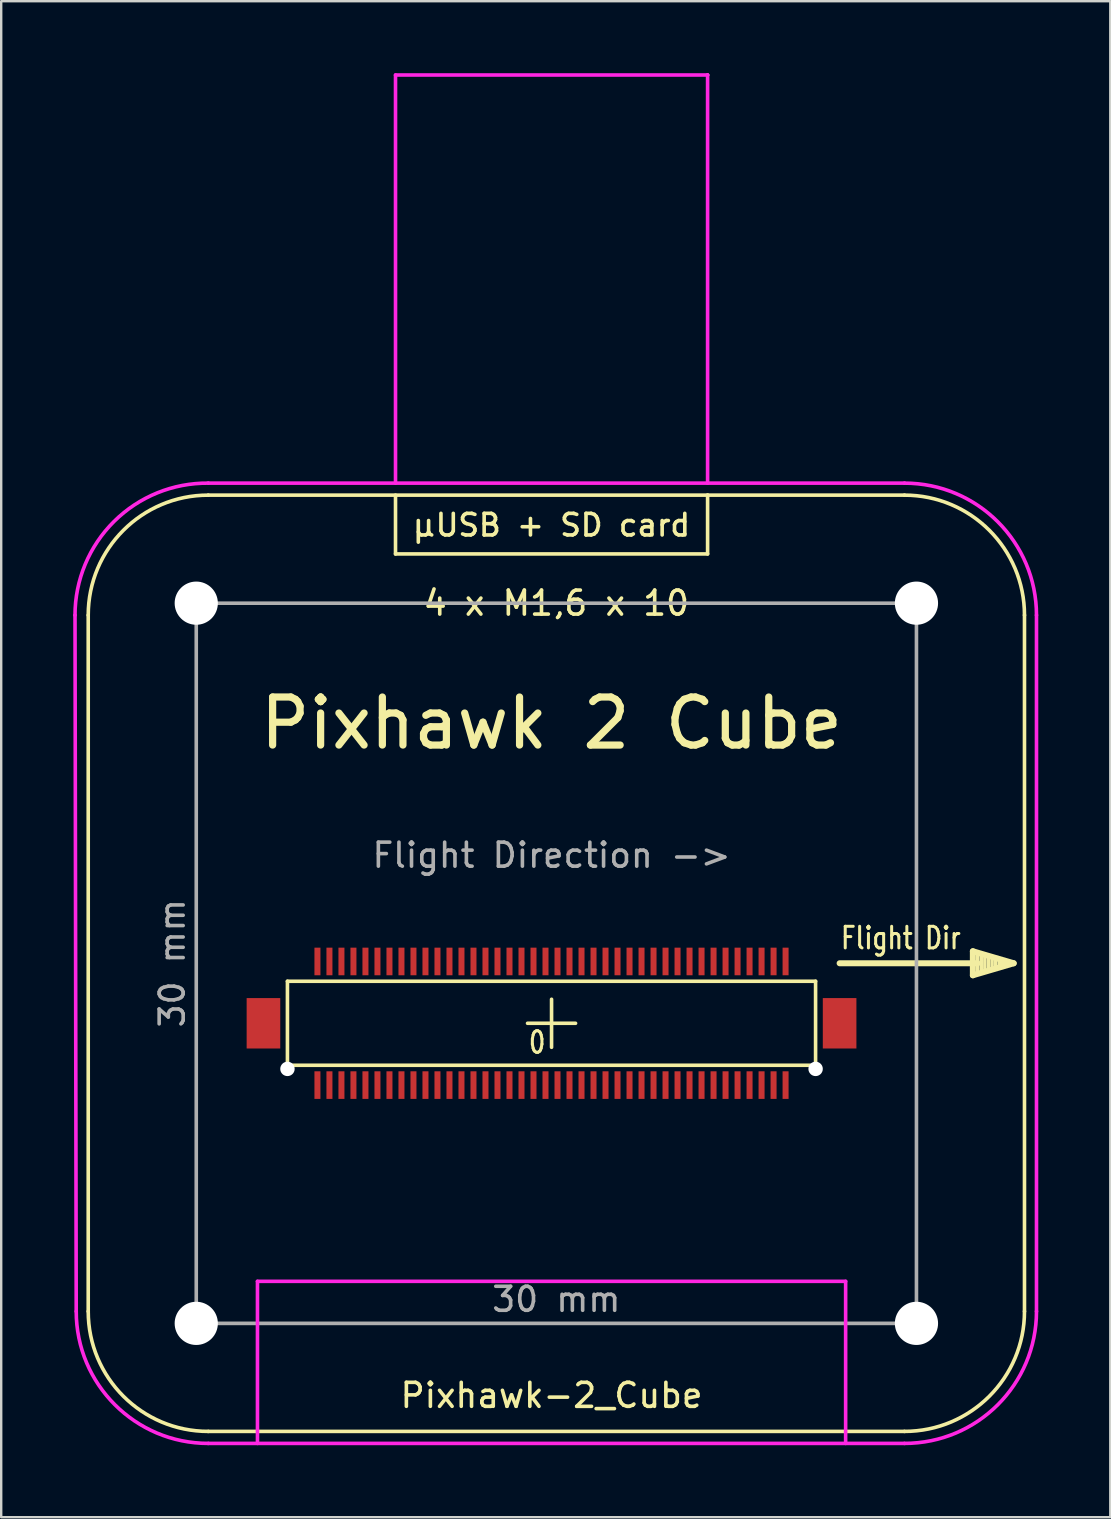
<source format=kicad_pcb>
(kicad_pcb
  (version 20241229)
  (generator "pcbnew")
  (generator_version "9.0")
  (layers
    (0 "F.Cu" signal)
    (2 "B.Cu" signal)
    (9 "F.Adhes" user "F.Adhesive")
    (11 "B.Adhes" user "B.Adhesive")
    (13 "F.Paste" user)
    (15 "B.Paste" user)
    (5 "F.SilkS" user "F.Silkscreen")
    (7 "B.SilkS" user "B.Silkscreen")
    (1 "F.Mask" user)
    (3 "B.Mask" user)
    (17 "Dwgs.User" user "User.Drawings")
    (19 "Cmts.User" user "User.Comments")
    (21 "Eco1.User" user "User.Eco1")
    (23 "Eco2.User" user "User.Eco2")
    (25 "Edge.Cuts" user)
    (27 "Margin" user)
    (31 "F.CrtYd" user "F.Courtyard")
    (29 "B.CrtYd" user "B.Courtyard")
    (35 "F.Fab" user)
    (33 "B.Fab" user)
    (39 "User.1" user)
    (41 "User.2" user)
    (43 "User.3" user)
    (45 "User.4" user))
  (footprint "Pixhawk-2_Cube"
    (layer "F.Cu")
    (at 19.925 39.575)
    (property "Reference" "Pixhawk-2_Cube" (at 0 15.5 0) (layer "F.SilkS") (effects (font (size 1 1) (thickness 0.15))))
    (attr smd)
    (fp_line (start -19.3 12) (end -19.3 -17) (stroke (width 0.15) (type solid)) (layer "F.SilkS"))
    (fp_line (start -14.3 17) (end 14.7 17) (stroke (width 0.15) (type solid)) (layer "F.SilkS"))
    (fp_line (start -11.002 -1.75) (end -11.002 1.75) (stroke (width 0.15) (type solid)) (layer "F.SilkS"))
    (fp_line (start -11.002 1.75) (end 10.998 1.75) (stroke (width 0.15) (type solid)) (layer "F.SilkS"))
    (fp_line (start -6.5 -22) (end -6.5 -19.55) (stroke (width 0.15) (type solid)) (layer "F.SilkS"))
    (fp_line (start -6.5 -19.55) (end 6.5 -19.55) (stroke (width 0.15) (type solid)) (layer "F.SilkS"))
    (fp_line (start -1 0) (end 1 0) (stroke (width 0.15) (type solid)) (layer "F.SilkS"))
    (fp_line (start 0 -1) (end 0 1) (stroke (width 0.15) (type solid)) (layer "F.SilkS"))
    (fp_line (start 6.5 -39.5) (end 6.5 -39.5) (stroke (width 0.15) (type solid)) (layer "F.SilkS"))
    (fp_line (start 6.5 -22) (end 6.5 -22) (stroke (width 0.15) (type solid)) (layer "F.SilkS"))
    (fp_line (start 6.5 -19.55) (end 6.5 -22) (stroke (width 0.15) (type solid)) (layer "F.SilkS"))
    (fp_line (start 10.998 -1.75) (end -11.002 -1.75) (stroke (width 0.15) (type solid)) (layer "F.SilkS"))
    (fp_line (start 10.998 1.75) (end 10.998 -1.75) (stroke (width 0.15) (type solid)) (layer "F.SilkS"))
    (fp_line (start 14.7 -22) (end -14.3 -22) (stroke (width 0.15) (type solid)) (layer "F.SilkS"))
    (fp_line (start 17.55 -3) (end 17.55 -2) (stroke (width 0.25) (type solid)) (layer "F.SilkS"))
    (fp_line (start 17.55 -2) (end 19.25 -2.5) (stroke (width 0.25) (type solid)) (layer "F.SilkS"))
    (fp_line (start 17.75 -2.85) (end 17.75 -2.15) (stroke (width 0.15) (type solid)) (layer "F.SilkS"))
    (fp_line (start 17.75 -2.5) (end 12 -2.5) (stroke (width 0.25) (type solid)) (layer "F.SilkS"))
    (fp_line (start 17.9 -2.8) (end 17.9 -2.2) (stroke (width 0.15) (type solid)) (layer "F.SilkS"))
    (fp_line (start 18.05 -2.75) (end 18.05 -2.25) (stroke (width 0.15) (type solid)) (layer "F.SilkS"))
    (fp_line (start 18.2 -2.7) (end 18.2 -2.3) (stroke (width 0.15) (type solid)) (layer "F.SilkS"))
    (fp_line (start 18.35 -2.65) (end 18.35 -2.35) (stroke (width 0.15) (type solid)) (layer "F.SilkS"))
    (fp_line (start 18.5 -2.6) (end 18.5 -2.4) (stroke (width 0.15) (type solid)) (layer "F.SilkS"))
    (fp_line (start 18.65 -2.6) (end 18.65 -2.4) (stroke (width 0.15) (type solid)) (layer "F.SilkS"))
    (fp_line (start 18.85 -2.5) (end 18.7 -2.5) (stroke (width 0.15) (type solid)) (layer "F.SilkS"))
    (fp_line (start 19.25 -2.5) (end 17.55 -3) (stroke (width 0.25) (type solid)) (layer "F.SilkS"))
    (fp_line (start 19.7 -17) (end 19.7 12) (stroke (width 0.15) (type solid)) (layer "F.SilkS"))
    (fp_arc (start -19.3 -17) (mid -17.835534 -20.535534) (end -14.3 -22) (stroke (width 0.15) (type solid)) (layer "F.SilkS"))
    (fp_arc (start -14.3 17) (mid -17.835534 15.535534) (end -19.3 12) (stroke (width 0.15) (type solid)) (layer "F.SilkS"))
    (fp_arc (start 14.7 -22) (mid 18.235534 -20.535534) (end 19.7 -17) (stroke (width 0.15) (type solid)) (layer "F.SilkS"))
    (fp_arc (start 19.7 12) (mid 18.235534 15.535534) (end 14.7 17) (stroke (width 0.15) (type solid)) (layer "F.SilkS"))
    (fp_line (start 0 10) (end -14.8 10) (stroke (width 0.15) (type solid)) (layer "Eco1.User"))
    (fp_line (start 10.25 0) (end 10.25 12.5) (stroke (width 0.15) (type solid)) (layer "Eco1.User"))
    (fp_line (start -19.8 12) (end -19.85 -17) (stroke (width 0.15) (type solid)) (layer "F.CrtYd"))
    (fp_line (start -14.3 -22.5) (end 14.7 -22.5) (stroke (width 0.15) (type solid)) (layer "F.CrtYd"))
    (fp_line (start -12.25 17.5) (end -12.25 10.75) (stroke (width 0.15) (type solid)) (layer "F.CrtYd"))
    (fp_line (start -6.5 -39.5) (end 6.5 -39.5) (stroke (width 0.15) (type solid)) (layer "F.CrtYd"))
    (fp_line (start -6.5 -22.5) (end -6.5 -39.5) (stroke (width 0.15) (type solid)) (layer "F.CrtYd"))
    (fp_line (start 6.5 -22.5) (end 6.5 -39.5) (stroke (width 0.15) (type solid)) (layer "F.CrtYd"))
    (fp_line (start 12.25 10.75) (end -12.25 10.75) (stroke (width 0.15) (type solid)) (layer "F.CrtYd"))
    (fp_line (start 12.25 17.5) (end 12.25 10.75) (stroke (width 0.15) (type solid)) (layer "F.CrtYd"))
    (fp_line (start 14.7 17.5) (end -14.3 17.5) (stroke (width 0.15) (type solid)) (layer "F.CrtYd"))
    (fp_line (start 20.2 -17) (end 20.2 12) (stroke (width 0.15) (type solid)) (layer "F.CrtYd"))
    (fp_arc (start -19.850227 -17) (mid -18.22153 -20.906885) (end -14.3 -22.5) (stroke (width 0.15) (type solid)) (layer "F.CrtYd"))
    (fp_arc (start -14.3 17.5) (mid -18.189087 15.889087) (end -19.8 12) (stroke (width 0.15) (type solid)) (layer "F.CrtYd"))
    (fp_arc (start 14.7 -22.5) (mid 18.589087 -20.889087) (end 20.2 -17) (stroke (width 0.15) (type solid)) (layer "F.CrtYd"))
    (fp_arc (start 20.2 12) (mid 18.589087 15.889087) (end 14.7 17.5) (stroke (width 0.15) (type solid)) (layer "F.CrtYd"))
    (fp_line (start -14.8 -17.5) (end 15.2 -17.5) (stroke (width 0.15) (type solid)) (layer "F.Fab"))
    (fp_line (start -14.8 12.5) (end -14.8 -17.5) (stroke (width 0.15) (type solid)) (layer "F.Fab"))
    (fp_line (start 15.2 -17.5) (end 15.2 12.5) (stroke (width 0.15) (type solid)) (layer "F.Fab"))
    (fp_line (start 15.2 12.5) (end -14.8 12.5) (stroke (width 0.15) (type solid)) (layer "F.Fab"))
    (fp_text user "Flight Dir" (at 14.55 -3.55 0) (layer "F.SilkS") (effects (font (size 0.9 0.7) (thickness 0.125))))
    (fp_text user "4 x M1,6 x 10" (at 0.2 -17.5 0) (layer "F.SilkS") (effects (font (size 1 1) (thickness 0.15))))
    (fp_text user "0" (at -0.6 0.8 0) (layer "F.SilkS") (effects (font (size 0.9 0.7) (thickness 0.125))))
    (fp_text user "µUSB + SD card" (at 0 -20.75 0) (layer "F.SilkS") (effects (font (size 0.9 0.9) (thickness 0.15))))
    (fp_text user "Pixhawk 2 Cube" (at 0 -12.5 0) (layer "F.SilkS") (effects (font (size 2 2) (thickness 0.3))))
    (fp_text user "12,5 mm" (at 9 8 90) (layer "Eco1.User") (effects (font (size 1 1) (thickness 0.15))))
    (fp_text user "14,8 mm" (at -8 8.95 0) (layer "Eco1.User") (effects (font (size 1 1) (thickness 0.15))))
    (fp_text user "30 mm" (at 0.2 11.5 0) (layer "F.Fab") (effects (font (size 1 1) (thickness 0.15))))
    (fp_text user "30 mm" (at -15.8 -2.5 90) (layer "F.Fab") (effects (font (size 1 1) (thickness 0.15))))
    (fp_text user "Flight Direction ->" (at 0 -7 0) (layer "F.Fab") (effects (font (size 1 1) (thickness 0.15))))
    (pad "" np_thru_hole circle (at -14.8 -17.5 90) (size 1.8 1.8) (drill 1.8) (layers "*.Cu" "*.Mask"))
    (pad "" np_thru_hole circle (at -14.8 12.5 90) (size 1.8 1.8) (drill 1.8) (layers "*.Cu" "*.Mask"))
    (pad "" np_thru_hole circle (at -11.001 1.9) (size 0.6 0.6) (drill 0.6) (layers "*.Cu" "*.Mask"))
    (pad "" np_thru_hole circle (at 10.999 1.9) (size 0.6 0.6) (drill 0.6) (layers "*.Cu" "*.Mask"))
    (pad "" np_thru_hole circle (at 15.2 -17.5 90) (size 1.8 1.8) (drill 1.8) (layers "*.Cu" "*.Mask"))
    (pad "" np_thru_hole circle (at 15.2 12.5 90) (size 1.8 1.8) (drill 1.8) (layers "*.Cu" "*.Mask"))
    (pad "0" smd rect (at -12.001 0.00028) (size 1.4 2.1) (layers "F.Cu" "F.Mask" "F.Paste"))
    (pad "0" smd rect (at 11.999 0) (size 1.4 2.1) (layers "F.Cu" "F.Mask" "F.Paste"))
    (pad "1" smd rect (at 9.748 -2.575) (size 0.25 1.15) (layers "F.Cu" "F.Mask" "F.Paste"))
    (pad "2" smd rect (at 9.748 2.575) (size 0.25 1.15) (layers "F.Cu" "F.Mask" "F.Paste"))
    (pad "3" smd rect (at 9.248 -2.575) (size 0.25 1.15) (layers "F.Cu" "F.Mask" "F.Paste"))
    (pad "4" smd rect (at 9.248 2.575) (size 0.25 1.15) (layers "F.Cu" "F.Mask" "F.Paste"))
    (pad "5" smd rect (at 8.748 -2.575) (size 0.25 1.15) (layers "F.Cu" "F.Mask" "F.Paste"))
    (pad "6" smd rect (at 8.748 2.575) (size 0.25 1.15) (layers "F.Cu" "F.Mask" "F.Paste"))
    (pad "7" smd rect (at 8.248 -2.575) (size 0.25 1.15) (layers "F.Cu" "F.Mask" "F.Paste"))
    (pad "8" smd rect (at 8.248 2.575) (size 0.25 1.15) (layers "F.Cu" "F.Mask" "F.Paste"))
    (pad "9" smd rect (at 7.748 -2.575) (size 0.25 1.15) (layers "F.Cu" "F.Mask" "F.Paste"))
    (pad "10" smd rect (at 7.748 2.575) (size 0.25 1.15) (layers "F.Cu" "F.Mask" "F.Paste"))
    (pad "11" smd rect (at 7.248 -2.575) (size 0.25 1.15) (layers "F.Cu" "F.Mask" "F.Paste"))
    (pad "12" smd rect (at 7.248 2.575) (size 0.25 1.15) (layers "F.Cu" "F.Mask" "F.Paste"))
    (pad "13" smd rect (at 6.748 -2.575) (size 0.25 1.15) (layers "F.Cu" "F.Mask" "F.Paste"))
    (pad "14" smd rect (at 6.748 2.575) (size 0.25 1.15) (layers "F.Cu" "F.Mask" "F.Paste"))
    (pad "15" smd rect (at 6.248 -2.575) (size 0.25 1.15) (layers "F.Cu" "F.Mask" "F.Paste"))
    (pad "16" smd rect (at 6.248 2.575) (size 0.25 1.15) (layers "F.Cu" "F.Mask" "F.Paste"))
    (pad "17" smd rect (at 5.748 -2.575) (size 0.25 1.15) (layers "F.Cu" "F.Mask" "F.Paste"))
    (pad "18" smd rect (at 5.748 2.575) (size 0.25 1.15) (layers "F.Cu" "F.Mask" "F.Paste"))
    (pad "19" smd rect (at 5.248 -2.575) (size 0.25 1.15) (layers "F.Cu" "F.Mask" "F.Paste"))
    (pad "20" smd rect (at 5.248 2.575) (size 0.25 1.15) (layers "F.Cu" "F.Mask" "F.Paste"))
    (pad "21" smd rect (at 4.748 -2.575) (size 0.25 1.15) (layers "F.Cu" "F.Mask" "F.Paste"))
    (pad "22" smd rect (at 4.748 2.575) (size 0.25 1.15) (layers "F.Cu" "F.Mask" "F.Paste"))
    (pad "23" smd rect (at 4.248 -2.575) (size 0.25 1.15) (layers "F.Cu" "F.Mask" "F.Paste"))
    (pad "24" smd rect (at 4.248 2.575) (size 0.25 1.15) (layers "F.Cu" "F.Mask" "F.Paste"))
    (pad "25" smd rect (at 3.748 -2.575) (size 0.25 1.15) (layers "F.Cu" "F.Mask" "F.Paste"))
    (pad "26" smd rect (at 3.748 2.575) (size 0.25 1.15) (layers "F.Cu" "F.Mask" "F.Paste"))
    (pad "27" smd rect (at 3.248 -2.575) (size 0.25 1.15) (layers "F.Cu" "F.Mask" "F.Paste"))
    (pad "28" smd rect (at 3.248 2.575) (size 0.25 1.15) (layers "F.Cu" "F.Mask" "F.Paste"))
    (pad "29" smd rect (at 2.748 -2.575) (size 0.25 1.15) (layers "F.Cu" "F.Mask" "F.Paste"))
    (pad "30" smd rect (at 2.748 2.575) (size 0.25 1.15) (layers "F.Cu" "F.Mask" "F.Paste"))
    (pad "31" smd rect (at 2.248 -2.575) (size 0.25 1.15) (layers "F.Cu" "F.Mask" "F.Paste"))
    (pad "32" smd rect (at 2.248 2.575) (size 0.25 1.15) (layers "F.Cu" "F.Mask" "F.Paste"))
    (pad "33" smd rect (at 1.748 -2.575) (size 0.25 1.15) (layers "F.Cu" "F.Mask" "F.Paste"))
    (pad "34" smd rect (at 1.748 2.575) (size 0.25 1.15) (layers "F.Cu" "F.Mask" "F.Paste"))
    (pad "35" smd rect (at 1.248 -2.575) (size 0.25 1.15) (layers "F.Cu" "F.Mask" "F.Paste"))
    (pad "36" smd rect (at 1.248 2.575) (size 0.25 1.15) (layers "F.Cu" "F.Mask" "F.Paste"))
    (pad "37" smd rect (at 0.748 -2.575) (size 0.25 1.15) (layers "F.Cu" "F.Mask" "F.Paste"))
    (pad "38" smd rect (at 0.748 2.575) (size 0.25 1.15) (layers "F.Cu" "F.Mask" "F.Paste"))
    (pad "39" smd rect (at 0.248 -2.575) (size 0.25 1.15) (layers "F.Cu" "F.Mask" "F.Paste"))
    (pad "40" smd rect (at 0.248 2.575) (size 0.25 1.15) (layers "F.Cu" "F.Mask" "F.Paste"))
    (pad "41" smd rect (at -0.252 -2.575) (size 0.25 1.15) (layers "F.Cu" "F.Mask" "F.Paste"))
    (pad "42" smd rect (at -0.252 2.575) (size 0.25 1.15) (layers "F.Cu" "F.Mask" "F.Paste"))
    (pad "43" smd rect (at -0.752 -2.575) (size 0.25 1.15) (layers "F.Cu" "F.Mask" "F.Paste"))
    (pad "44" smd rect (at -0.752 2.575) (size 0.25 1.15) (layers "F.Cu" "F.Mask" "F.Paste"))
    (pad "45" smd rect (at -1.252 -2.575) (size 0.25 1.15) (layers "F.Cu" "F.Mask" "F.Paste"))
    (pad "46" smd rect (at -1.252 2.575) (size 0.25 1.15) (layers "F.Cu" "F.Mask" "F.Paste"))
    (pad "47" smd rect (at -1.752 -2.575) (size 0.25 1.15) (layers "F.Cu" "F.Mask" "F.Paste"))
    (pad "48" smd rect (at -1.752 2.575) (size 0.25 1.15) (layers "F.Cu" "F.Mask" "F.Paste"))
    (pad "49" smd rect (at -2.252 -2.575) (size 0.25 1.15) (layers "F.Cu" "F.Mask" "F.Paste"))
    (pad "50" smd rect (at -2.252 2.575) (size 0.25 1.15) (layers "F.Cu" "F.Mask" "F.Paste"))
    (pad "51" smd rect (at -2.752 -2.575) (size 0.25 1.15) (layers "F.Cu" "F.Mask" "F.Paste"))
    (pad "52" smd rect (at -2.752 2.575) (size 0.25 1.15) (layers "F.Cu" "F.Mask" "F.Paste"))
    (pad "53" smd rect (at -3.252 -2.575) (size 0.25 1.15) (layers "F.Cu" "F.Mask" "F.Paste"))
    (pad "54" smd rect (at -3.252 2.575) (size 0.25 1.15) (layers "F.Cu" "F.Mask" "F.Paste"))
    (pad "55" smd rect (at -3.752 -2.575) (size 0.25 1.15) (layers "F.Cu" "F.Mask" "F.Paste"))
    (pad "56" smd rect (at -3.752 2.575) (size 0.25 1.15) (layers "F.Cu" "F.Mask" "F.Paste"))
    (pad "57" smd rect (at -4.252 -2.575) (size 0.25 1.15) (layers "F.Cu" "F.Mask" "F.Paste"))
    (pad "58" smd rect (at -4.252 2.575) (size 0.25 1.15) (layers "F.Cu" "F.Mask" "F.Paste"))
    (pad "59" smd rect (at -4.752 -2.575) (size 0.25 1.15) (layers "F.Cu" "F.Mask" "F.Paste"))
    (pad "60" smd rect (at -4.752 2.575) (size 0.25 1.15) (layers "F.Cu" "F.Mask" "F.Paste"))
    (pad "61" smd rect (at -5.252 -2.575) (size 0.25 1.15) (layers "F.Cu" "F.Mask" "F.Paste"))
    (pad "62" smd rect (at -5.252 2.575) (size 0.25 1.15) (layers "F.Cu" "F.Mask" "F.Paste"))
    (pad "63" smd rect (at -5.752 -2.575) (size 0.25 1.15) (layers "F.Cu" "F.Mask" "F.Paste"))
    (pad "64" smd rect (at -5.752 2.575) (size 0.25 1.15) (layers "F.Cu" "F.Mask" "F.Paste"))
    (pad "65" smd rect (at -6.252 -2.575) (size 0.25 1.15) (layers "F.Cu" "F.Mask" "F.Paste"))
    (pad "66" smd rect (at -6.252 2.575) (size 0.25 1.15) (layers "F.Cu" "F.Mask" "F.Paste"))
    (pad "67" smd rect (at -6.752 -2.575) (size 0.25 1.15) (layers "F.Cu" "F.Mask" "F.Paste"))
    (pad "68" smd rect (at -6.752 2.575) (size 0.25 1.15) (layers "F.Cu" "F.Mask" "F.Paste"))
    (pad "69" smd rect (at -7.252 -2.575) (size 0.25 1.15) (layers "F.Cu" "F.Mask" "F.Paste"))
    (pad "70" smd rect (at -7.252 2.575) (size 0.25 1.15) (layers "F.Cu" "F.Mask" "F.Paste"))
    (pad "71" smd rect (at -7.752 -2.575) (size 0.25 1.15) (layers "F.Cu" "F.Mask" "F.Paste"))
    (pad "72" smd rect (at -7.752 2.575) (size 0.25 1.15) (layers "F.Cu" "F.Mask" "F.Paste"))
    (pad "73" smd rect (at -8.252 -2.575) (size 0.25 1.15) (layers "F.Cu" "F.Mask" "F.Paste"))
    (pad "74" smd rect (at -8.252 2.575) (size 0.25 1.15) (layers "F.Cu" "F.Mask" "F.Paste"))
    (pad "75" smd rect (at -8.752 -2.575) (size 0.25 1.15) (layers "F.Cu" "F.Mask" "F.Paste"))
    (pad "76" smd rect (at -8.752 2.575) (size 0.25 1.15) (layers "F.Cu" "F.Mask" "F.Paste"))
    (pad "77" smd rect (at -9.252 -2.575) (size 0.25 1.15) (layers "F.Cu" "F.Mask" "F.Paste"))
    (pad "78" smd rect (at -9.252 2.575) (size 0.25 1.15) (layers "F.Cu" "F.Mask" "F.Paste"))
    (pad "79" smd rect (at -9.752 -2.575) (size 0.25 1.15) (layers "F.Cu" "F.Mask" "F.Paste"))
    (pad "80" smd rect (at -9.752 2.575) (size 0.25 1.15) (layers "F.Cu" "F.Mask" "F.Paste")))
  (gr_rect
    (start -3 -3)
    (end 43.2 60.15)
    (stroke (width 0.1) (type default))
    (fill no)
    (layer "Edge.Cuts")))
</source>
